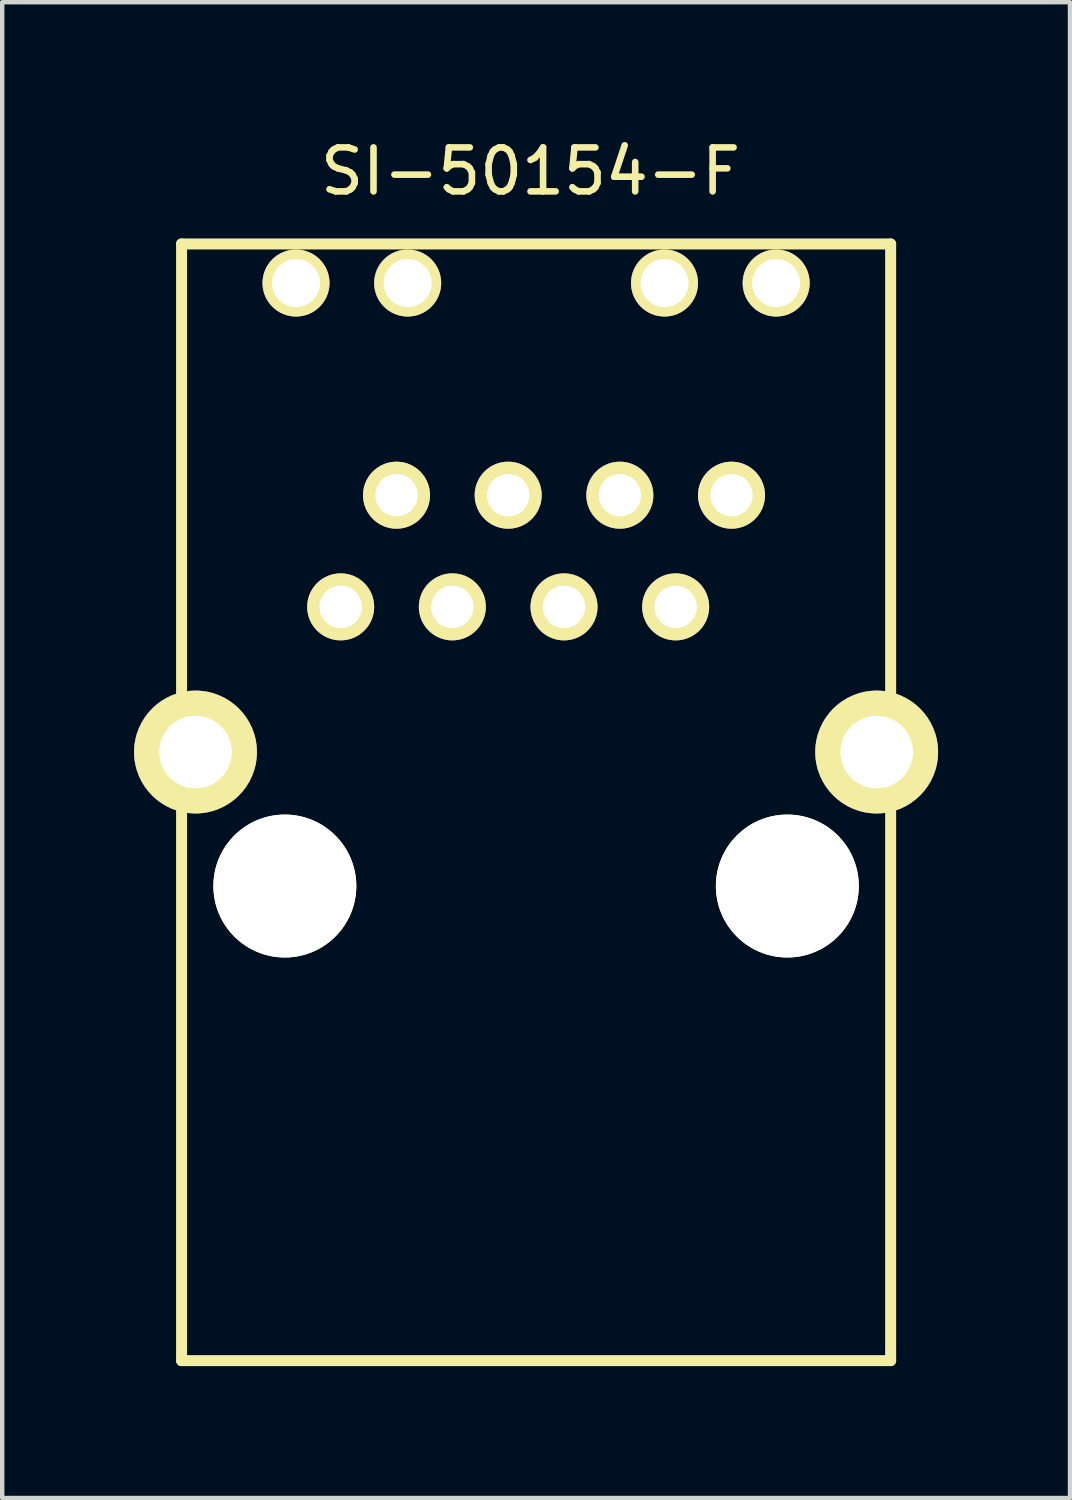
<source format=kicad_pcb>
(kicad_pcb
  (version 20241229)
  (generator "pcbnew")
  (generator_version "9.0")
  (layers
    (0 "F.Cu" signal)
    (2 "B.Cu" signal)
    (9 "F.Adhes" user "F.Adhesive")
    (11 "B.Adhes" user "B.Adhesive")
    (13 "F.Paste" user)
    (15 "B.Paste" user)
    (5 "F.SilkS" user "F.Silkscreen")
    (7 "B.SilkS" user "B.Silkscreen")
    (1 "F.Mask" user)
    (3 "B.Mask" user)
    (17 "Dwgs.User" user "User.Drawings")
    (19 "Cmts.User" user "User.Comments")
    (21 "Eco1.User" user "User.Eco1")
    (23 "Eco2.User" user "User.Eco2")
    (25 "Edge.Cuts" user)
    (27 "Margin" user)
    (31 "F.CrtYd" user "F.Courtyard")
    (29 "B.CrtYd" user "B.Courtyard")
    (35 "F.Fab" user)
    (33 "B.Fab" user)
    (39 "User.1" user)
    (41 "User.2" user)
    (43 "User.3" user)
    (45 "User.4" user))
  (footprint "SI-50154-F"
    (layer "F.Cu")
    (at 3.429 17.104)
    (property "Reference" "SI-50154-F" (at 5.588 -16.256 0) (layer "F.SilkS") (effects (font (size 1 1) (thickness 0.15))))
    (attr through_hole)
    (fp_line (start -2.349 10.795) (end -2.349 -14.605) (stroke (width 0.25) (type solid)) (layer "F.SilkS"))
    (fp_line (start -2.349 10.795) (end 13.78 10.795) (stroke (width 0.25) (type solid)) (layer "F.SilkS"))
    (fp_line (start 13.78 -14.605) (end -2.349 -14.605) (stroke (width 0.25) (type solid)) (layer "F.SilkS"))
    (fp_line (start 13.78 10.795) (end 13.78 -14.605) (stroke (width 0.25) (type solid)) (layer "F.SilkS"))
    (pad "" np_thru_hole circle (at 0 0) (size 3.251 3.251) (drill 3.251) (layers "*.Cu" "*.Mask" "F.SilkS"))
    (pad "" np_thru_hole circle (at 11.43 0) (size 3.251 3.251) (drill 3.251) (layers "*.Cu" "*.Mask" "F.SilkS"))
    (pad "1" thru_hole circle (at 10.16 -8.89) (size 1.524 1.524) (drill 0.965) (layers "*.Cu" "*.Mask" "F.SilkS"))
    (pad "2" thru_hole circle (at 7.62 -8.89) (size 1.524 1.524) (drill 0.965) (layers "*.Cu" "*.Mask" "F.SilkS"))
    (pad "3" thru_hole circle (at 5.08 -8.89) (size 1.524 1.524) (drill 0.965) (layers "*.Cu" "*.Mask" "F.SilkS"))
    (pad "4" thru_hole circle (at 2.54 -8.89) (size 1.524 1.524) (drill 0.965) (layers "*.Cu" "*.Mask" "F.SilkS"))
    (pad "5" thru_hole circle (at 1.27 -6.35) (size 1.524 1.524) (drill 0.965) (layers "*.Cu" "*.Mask" "F.SilkS"))
    (pad "6" thru_hole circle (at 3.81 -6.35) (size 1.524 1.524) (drill 0.965) (layers "*.Cu" "*.Mask" "F.SilkS"))
    (pad "7" thru_hole circle (at 6.35 -6.35) (size 1.524 1.524) (drill 0.965) (layers "*.Cu" "*.Mask" "F.SilkS"))
    (pad "8" thru_hole circle (at 8.89 -6.35) (size 1.524 1.524) (drill 0.965) (layers "*.Cu" "*.Mask" "F.SilkS"))
    (pad "9" thru_hole circle (at 11.176 -13.716) (size 1.524 1.524) (drill 1.092) (layers "*.Cu" "*.Mask" "F.SilkS"))
    (pad "10" thru_hole circle (at 8.636 -13.716) (size 1.524 1.524) (drill 1.092) (layers "*.Cu" "*.Mask" "F.SilkS"))
    (pad "11" thru_hole circle (at 2.794 -13.716) (size 1.524 1.524) (drill 1.092) (layers "*.Cu" "*.Mask" "F.SilkS"))
    (pad "12" thru_hole circle (at 0.254 -13.716) (size 1.524 1.524) (drill 1.092) (layers "*.Cu" "*.Mask" "F.SilkS"))
    (pad "13" thru_hole circle (at -2.032 -3.048) (size 2.794 2.794) (drill 1.651) (layers "*.Cu" "*.Mask" "F.SilkS"))
    (pad "13" thru_hole circle (at 13.462 -3.048) (size 2.794 2.794) (drill 1.651) (layers "*.Cu" "*.Mask" "F.SilkS")))
  (gr_rect
    (start -3 -3)
    (end 21.288 31.024)
    (stroke (width 0.1) (type default))
    (fill no)
    (layer "Edge.Cuts")))
</source>
